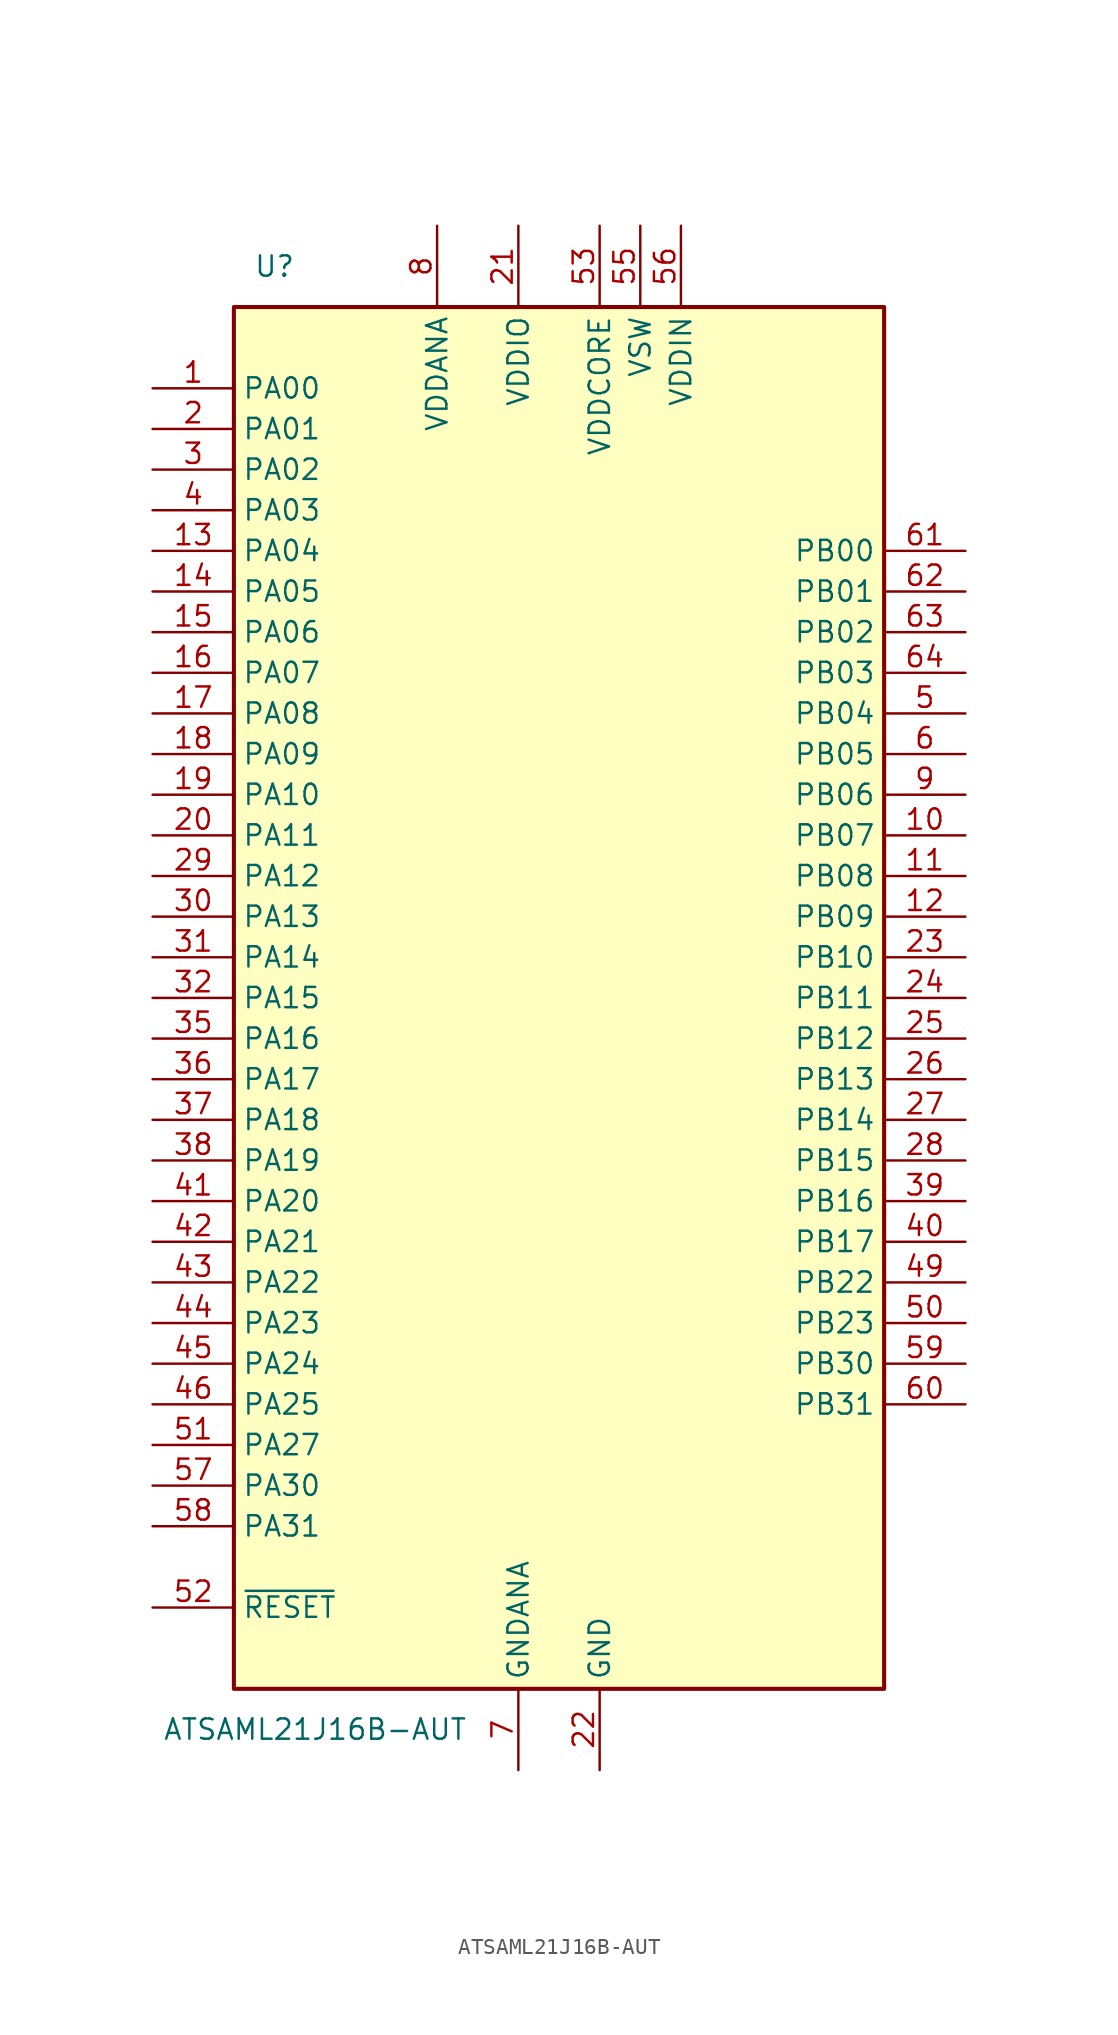
<source format=kicad_sym>
(kicad_symbol_lib
  (version 20211014)
  (generator kicad_symbol_editor)
  (symbol "ATSAML21J16B-AUT"
    (property "Reference" "U"
      (at -17.78 45.72 0)
      (effects (font (size 1.27 1.27))))
    (property "Value" "ATSAML21J16B-AUT"
      (at -15.24 -45.72 0)
      (effects (font (size 1.27 1.27))))
    (symbol "ATSAML21J16B-AUT_0_1"
      (rectangle (start -20.32 43.18) (end 20.32 -43.18) (stroke (width 0.254) (type default) (color 0 0 0 0)) (fill (type background))))
    (symbol "ATSAML21J16B-AUT_1_1"
      (pin bidirectional line (at -25.4 38.1 0) (length 5.08) (name "PA00" (effects (font (size 1.27 1.27)))) (number "1" (effects (font (size 1.27 1.27)))))
      (pin bidirectional line (at 25.4 10.16 180) (length 5.08) (name "PB07" (effects (font (size 1.27 1.27)))) (number "10" (effects (font (size 1.27 1.27)))))
      (pin bidirectional line (at 25.4 7.62 180) (length 5.08) (name "PB08" (effects (font (size 1.27 1.27)))) (number "11" (effects (font (size 1.27 1.27)))))
      (pin bidirectional line (at 25.4 5.08 180) (length 5.08) (name "PB09" (effects (font (size 1.27 1.27)))) (number "12" (effects (font (size 1.27 1.27)))))
      (pin bidirectional line (at -25.4 27.94 0) (length 5.08) (name "PA04" (effects (font (size 1.27 1.27)))) (number "13" (effects (font (size 1.27 1.27)))))
      (pin bidirectional line (at -25.4 25.4 0) (length 5.08) (name "PA05" (effects (font (size 1.27 1.27)))) (number "14" (effects (font (size 1.27 1.27)))))
      (pin bidirectional line (at -25.4 22.86 0) (length 5.08) (name "PA06" (effects (font (size 1.27 1.27)))) (number "15" (effects (font (size 1.27 1.27)))))
      (pin bidirectional line (at -25.4 20.32 0) (length 5.08) (name "PA07" (effects (font (size 1.27 1.27)))) (number "16" (effects (font (size 1.27 1.27)))))
      (pin bidirectional line (at -25.4 17.78 0) (length 5.08) (name "PA08" (effects (font (size 1.27 1.27)))) (number "17" (effects (font (size 1.27 1.27)))))
      (pin bidirectional line (at -25.4 15.24 0) (length 5.08) (name "PA09" (effects (font (size 1.27 1.27)))) (number "18" (effects (font (size 1.27 1.27)))))
      (pin bidirectional line (at -25.4 12.7 0) (length 5.08) (name "PA10" (effects (font (size 1.27 1.27)))) (number "19" (effects (font (size 1.27 1.27)))))
      (pin bidirectional line (at -25.4 35.56 0) (length 5.08) (name "PA01" (effects (font (size 1.27 1.27)))) (number "2" (effects (font (size 1.27 1.27)))))
      (pin bidirectional line (at -25.4 10.16 0) (length 5.08) (name "PA11" (effects (font (size 1.27 1.27)))) (number "20" (effects (font (size 1.27 1.27)))))
      (pin power_in line (at -2.54 48.26 270) (length 5.08) (name "VDDIO" (effects (font (size 1.27 1.27)))) (number "21" (effects (font (size 1.27 1.27)))))
      (pin power_in line (at 2.54 -48.26 90) (length 5.08) (name "GND" (effects (font (size 1.27 1.27)))) (number "22" (effects (font (size 1.27 1.27)))))
      (pin bidirectional line (at 25.4 2.54 180) (length 5.08) (name "PB10" (effects (font (size 1.27 1.27)))) (number "23" (effects (font (size 1.27 1.27)))))
      (pin bidirectional line (at 25.4 0 180) (length 5.08) (name "PB11" (effects (font (size 1.27 1.27)))) (number "24" (effects (font (size 1.27 1.27)))))
      (pin bidirectional line (at 25.4 -2.54 180) (length 5.08) (name "PB12" (effects (font (size 1.27 1.27)))) (number "25" (effects (font (size 1.27 1.27)))))
      (pin bidirectional line (at 25.4 -5.08 180) (length 5.08) (name "PB13" (effects (font (size 1.27 1.27)))) (number "26" (effects (font (size 1.27 1.27)))))
      (pin bidirectional line (at 25.4 -7.62 180) (length 5.08) (name "PB14" (effects (font (size 1.27 1.27)))) (number "27" (effects (font (size 1.27 1.27)))))
      (pin bidirectional line (at 25.4 -10.16 180) (length 5.08) (name "PB15" (effects (font (size 1.27 1.27)))) (number "28" (effects (font (size 1.27 1.27)))))
      (pin bidirectional line (at -25.4 7.62 0) (length 5.08) (name "PA12" (effects (font (size 1.27 1.27)))) (number "29" (effects (font (size 1.27 1.27)))))
      (pin bidirectional line (at -25.4 33.02 0) (length 5.08) (name "PA02" (effects (font (size 1.27 1.27)))) (number "3" (effects (font (size 1.27 1.27)))))
      (pin bidirectional line (at -25.4 5.08 0) (length 5.08) (name "PA13" (effects (font (size 1.27 1.27)))) (number "30" (effects (font (size 1.27 1.27)))))
      (pin bidirectional line (at -25.4 2.54 0) (length 5.08) (name "PA14" (effects (font (size 1.27 1.27)))) (number "31" (effects (font (size 1.27 1.27)))))
      (pin bidirectional line (at -25.4 0 0) (length 5.08) (name "PA15" (effects (font (size 1.27 1.27)))) (number "32" (effects (font (size 1.27 1.27)))))
      (pin passive line (at 2.54 -48.26 90) (length 5.08) hide (name "GND" (effects (font (size 1.27 1.27)))) (number "33" (effects (font (size 1.27 1.27)))))
      (pin passive line (at -2.54 48.26 270) (length 5.08) hide (name "VDDIO" (effects (font (size 1.27 1.27)))) (number "34" (effects (font (size 1.27 1.27)))))
      (pin bidirectional line (at -25.4 -2.54 0) (length 5.08) (name "PA16" (effects (font (size 1.27 1.27)))) (number "35" (effects (font (size 1.27 1.27)))))
      (pin bidirectional line (at -25.4 -5.08 0) (length 5.08) (name "PA17" (effects (font (size 1.27 1.27)))) (number "36" (effects (font (size 1.27 1.27)))))
      (pin bidirectional line (at -25.4 -7.62 0) (length 5.08) (name "PA18" (effects (font (size 1.27 1.27)))) (number "37" (effects (font (size 1.27 1.27)))))
      (pin bidirectional line (at -25.4 -10.16 0) (length 5.08) (name "PA19" (effects (font (size 1.27 1.27)))) (number "38" (effects (font (size 1.27 1.27)))))
      (pin bidirectional line (at 25.4 -12.7 180) (length 5.08) (name "PB16" (effects (font (size 1.27 1.27)))) (number "39" (effects (font (size 1.27 1.27)))))
      (pin bidirectional line (at -25.4 30.48 0) (length 5.08) (name "PA03" (effects (font (size 1.27 1.27)))) (number "4" (effects (font (size 1.27 1.27)))))
      (pin bidirectional line (at 25.4 -15.24 180) (length 5.08) (name "PB17" (effects (font (size 1.27 1.27)))) (number "40" (effects (font (size 1.27 1.27)))))
      (pin bidirectional line (at -25.4 -12.7 0) (length 5.08) (name "PA20" (effects (font (size 1.27 1.27)))) (number "41" (effects (font (size 1.27 1.27)))))
      (pin bidirectional line (at -25.4 -15.24 0) (length 5.08) (name "PA21" (effects (font (size 1.27 1.27)))) (number "42" (effects (font (size 1.27 1.27)))))
      (pin bidirectional line (at -25.4 -17.78 0) (length 5.08) (name "PA22" (effects (font (size 1.27 1.27)))) (number "43" (effects (font (size 1.27 1.27)))))
      (pin bidirectional line (at -25.4 -20.32 0) (length 5.08) (name "PA23" (effects (font (size 1.27 1.27)))) (number "44" (effects (font (size 1.27 1.27)))))
      (pin bidirectional line (at -25.4 -22.86 0) (length 5.08) (name "PA24" (effects (font (size 1.27 1.27)))) (number "45" (effects (font (size 1.27 1.27)))))
      (pin bidirectional line (at -25.4 -25.4 0) (length 5.08) (name "PA25" (effects (font (size 1.27 1.27)))) (number "46" (effects (font (size 1.27 1.27)))))
      (pin passive line (at 2.54 -48.26 90) (length 5.08) hide (name "GND" (effects (font (size 1.27 1.27)))) (number "47" (effects (font (size 1.27 1.27)))))
      (pin passive line (at -2.54 48.26 270) (length 5.08) hide (name "VDDIO" (effects (font (size 1.27 1.27)))) (number "48" (effects (font (size 1.27 1.27)))))
      (pin bidirectional line (at 25.4 -17.78 180) (length 5.08) (name "PB22" (effects (font (size 1.27 1.27)))) (number "49" (effects (font (size 1.27 1.27)))))
      (pin bidirectional line (at 25.4 17.78 180) (length 5.08) (name "PB04" (effects (font (size 1.27 1.27)))) (number "5" (effects (font (size 1.27 1.27)))))
      (pin bidirectional line (at 25.4 -20.32 180) (length 5.08) (name "PB23" (effects (font (size 1.27 1.27)))) (number "50" (effects (font (size 1.27 1.27)))))
      (pin bidirectional line (at -25.4 -27.94 0) (length 5.08) (name "PA27" (effects (font (size 1.27 1.27)))) (number "51" (effects (font (size 1.27 1.27)))))
      (pin input line (at -25.4 -38.1 0) (length 5.08) (name "~{RESET}" (effects (font (size 1.27 1.27)))) (number "52" (effects (font (size 1.27 1.27)))))
      (pin power_in line (at 2.54 48.26 270) (length 5.08) (name "VDDCORE" (effects (font (size 1.27 1.27)))) (number "53" (effects (font (size 1.27 1.27)))))
      (pin passive line (at 2.54 -48.26 90) (length 5.08) hide (name "GND" (effects (font (size 1.27 1.27)))) (number "54" (effects (font (size 1.27 1.27)))))
      (pin power_out line (at 5.08 48.26 270) (length 5.08) (name "VSW" (effects (font (size 1.27 1.27)))) (number "55" (effects (font (size 1.27 1.27)))))
      (pin power_in line (at 7.62 48.26 270) (length 5.08) (name "VDDIN" (effects (font (size 1.27 1.27)))) (number "56" (effects (font (size 1.27 1.27)))))
      (pin bidirectional line (at -25.4 -30.48 0) (length 5.08) (name "PA30" (effects (font (size 1.27 1.27)))) (number "57" (effects (font (size 1.27 1.27)))))
      (pin bidirectional line (at -25.4 -33.02 0) (length 5.08) (name "PA31" (effects (font (size 1.27 1.27)))) (number "58" (effects (font (size 1.27 1.27)))))
      (pin bidirectional line (at 25.4 -22.86 180) (length 5.08) (name "PB30" (effects (font (size 1.27 1.27)))) (number "59" (effects (font (size 1.27 1.27)))))
      (pin bidirectional line (at 25.4 15.24 180) (length 5.08) (name "PB05" (effects (font (size 1.27 1.27)))) (number "6" (effects (font (size 1.27 1.27)))))
      (pin bidirectional line (at 25.4 -25.4 180) (length 5.08) (name "PB31" (effects (font (size 1.27 1.27)))) (number "60" (effects (font (size 1.27 1.27)))))
      (pin bidirectional line (at 25.4 27.94 180) (length 5.08) (name "PB00" (effects (font (size 1.27 1.27)))) (number "61" (effects (font (size 1.27 1.27)))))
      (pin bidirectional line (at 25.4 25.4 180) (length 5.08) (name "PB01" (effects (font (size 1.27 1.27)))) (number "62" (effects (font (size 1.27 1.27)))))
      (pin bidirectional line (at 25.4 22.86 180) (length 5.08) (name "PB02" (effects (font (size 1.27 1.27)))) (number "63" (effects (font (size 1.27 1.27)))))
      (pin bidirectional line (at 25.4 20.32 180) (length 5.08) (name "PB03" (effects (font (size 1.27 1.27)))) (number "64" (effects (font (size 1.27 1.27)))))
      (pin power_in line (at -2.54 -48.26 90) (length 5.08) (name "GNDANA" (effects (font (size 1.27 1.27)))) (number "7" (effects (font (size 1.27 1.27)))))
      (pin power_in line (at -7.62 48.26 270) (length 5.08) (name "VDDANA" (effects (font (size 1.27 1.27)))) (number "8" (effects (font (size 1.27 1.27)))))
      (pin bidirectional line (at 25.4 12.7 180) (length 5.08) (name "PB06" (effects (font (size 1.27 1.27)))) (number "9" (effects (font (size 1.27 1.27))))))))
</source>
